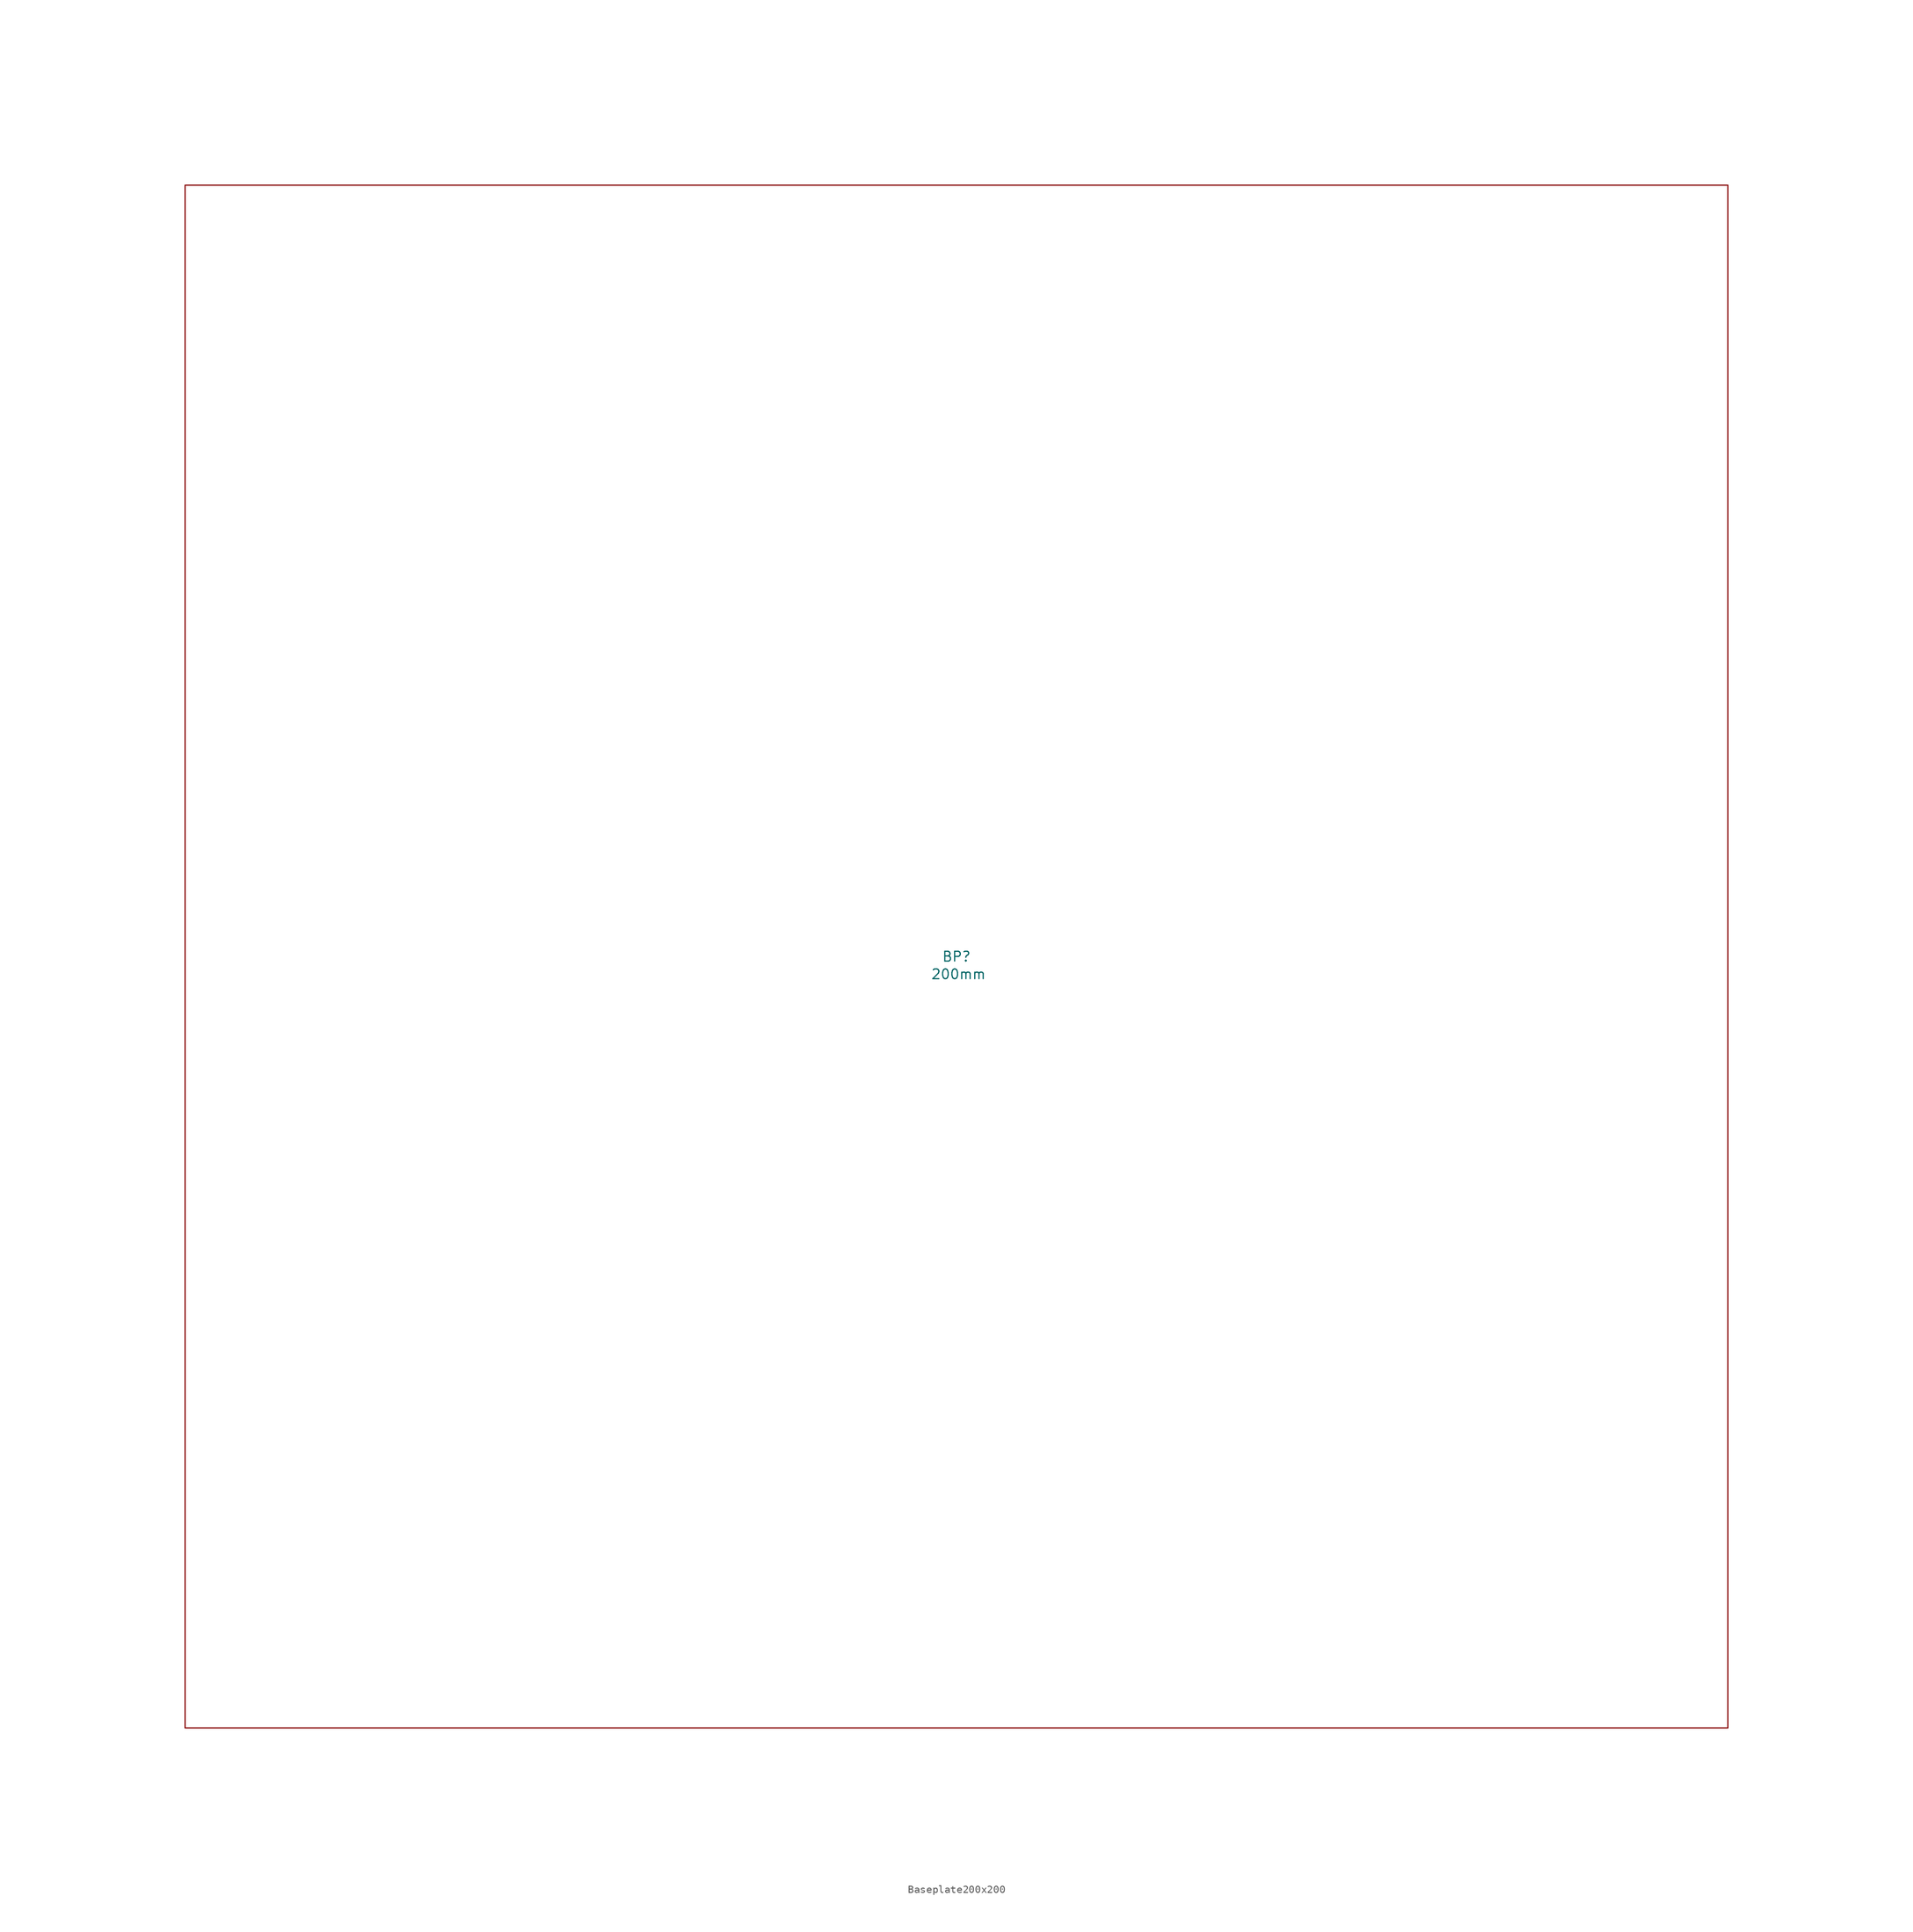
<source format=kicad_sym>
(kicad_symbol_lib
  (version 20241209)
  (generator "kicad_symbol_editor")
  (generator_version "9.0")
  (symbol "Baseplate200x200"
    (property "Reference" "BP"
      (at 0 0 0)
      (effects (font (size 1.27 1.27))))
    (property "Value" "200mm"
      (at 0.254 -2.286 0)
      (effects (font (size 1.27 1.27))))
    (symbol "Baseplate200x200_1_1"
      (rectangle (start -100 100) (end 100 -100) (stroke (width 0) (type default)) (fill (type none))))))
</source>
